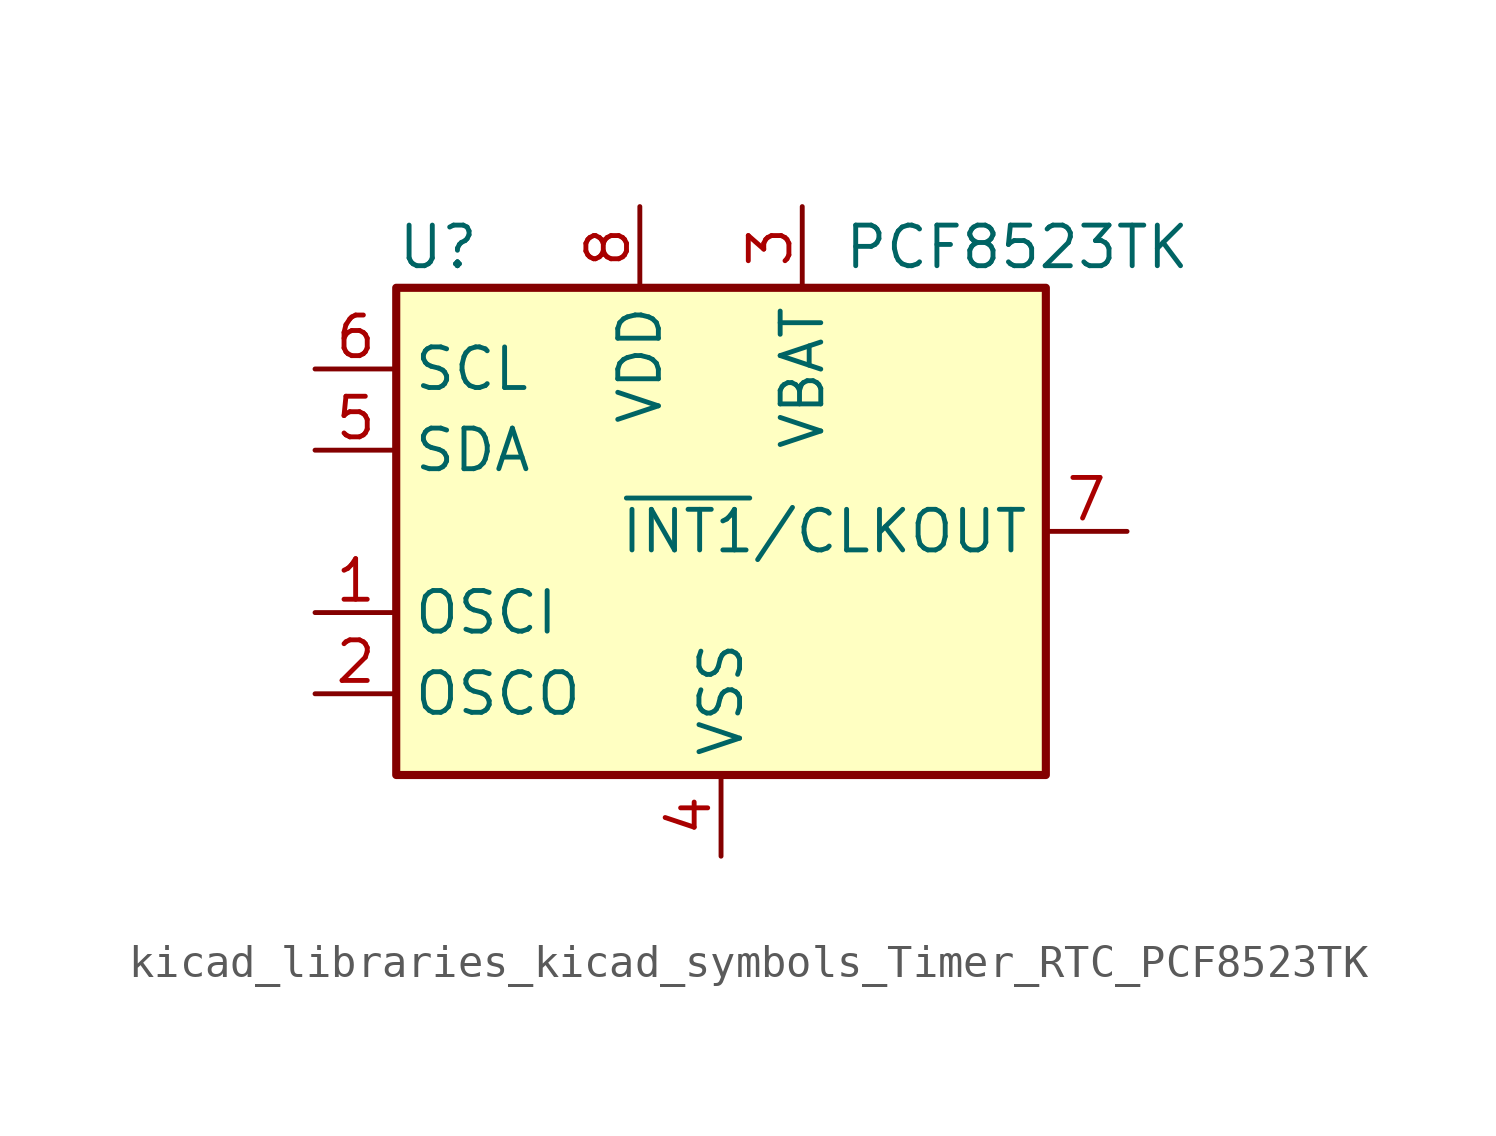
<source format=kicad_sym>
(kicad_symbol_lib
  (version 20220914)
  (generator kicad_symbol_editor)
  (symbol "kicad_libraries_kicad_symbols_Timer_RTC_PCF8523TK"
    (property "Reference" "U"
      (at -10.16 8.89 0)
      (effects (font (size 1.27 1.27)) (justify left)))
    (property "Value" "PCF8523TK"
      (at 3.81 8.89 0)
      (effects (font (size 1.27 1.27)) (justify left)))
    (symbol "kicad_libraries_kicad_symbols_Timer_RTC_PCF8523TK_0_1"
      (rectangle (start -10.16 7.62) (end 10.16 -7.62) (stroke (width 0.254) (type default)) (fill (type background))))
    (symbol "kicad_libraries_kicad_symbols_Timer_RTC_PCF8523TK_1_1"
      (pin input line (at -12.7 -2.54 0) (length 2.54) (name "OSCI" (effects (font (size 1.27 1.27)))) (number "1" (effects (font (size 1.27 1.27)))))
      (pin output line (at -12.7 -5.08 0) (length 2.54) (name "OSCO" (effects (font (size 1.27 1.27)))) (number "2" (effects (font (size 1.27 1.27)))))
      (pin power_in line (at 2.54 10.16 270) (length 2.54) (name "VBAT" (effects (font (size 1.27 1.27)))) (number "3" (effects (font (size 1.27 1.27)))))
      (pin power_in line (at 0 -10.16 90) (length 2.54) (name "VSS" (effects (font (size 1.27 1.27)))) (number "4" (effects (font (size 1.27 1.27)))))
      (pin bidirectional line (at -12.7 2.54 0) (length 2.54) (name "SDA" (effects (font (size 1.27 1.27)))) (number "5" (effects (font (size 1.27 1.27)))))
      (pin input line (at -12.7 5.08 0) (length 2.54) (name "SCL" (effects (font (size 1.27 1.27)))) (number "6" (effects (font (size 1.27 1.27)))))
      (pin open_collector line (at 12.7 0 180) (length 2.54) (name "~{INT1}/CLKOUT" (effects (font (size 1.27 1.27)))) (number "7" (effects (font (size 1.27 1.27)))))
      (pin power_in line (at -2.54 10.16 270) (length 2.54) (name "VDD" (effects (font (size 1.27 1.27)))) (number "8" (effects (font (size 1.27 1.27)))))
      (pin passive line (at 0 -10.16 90) (length 2.54) hide (name "VSS" (effects (font (size 1.27 1.27)))) (number "9" (effects (font (size 1.27 1.27))))))))
</source>
